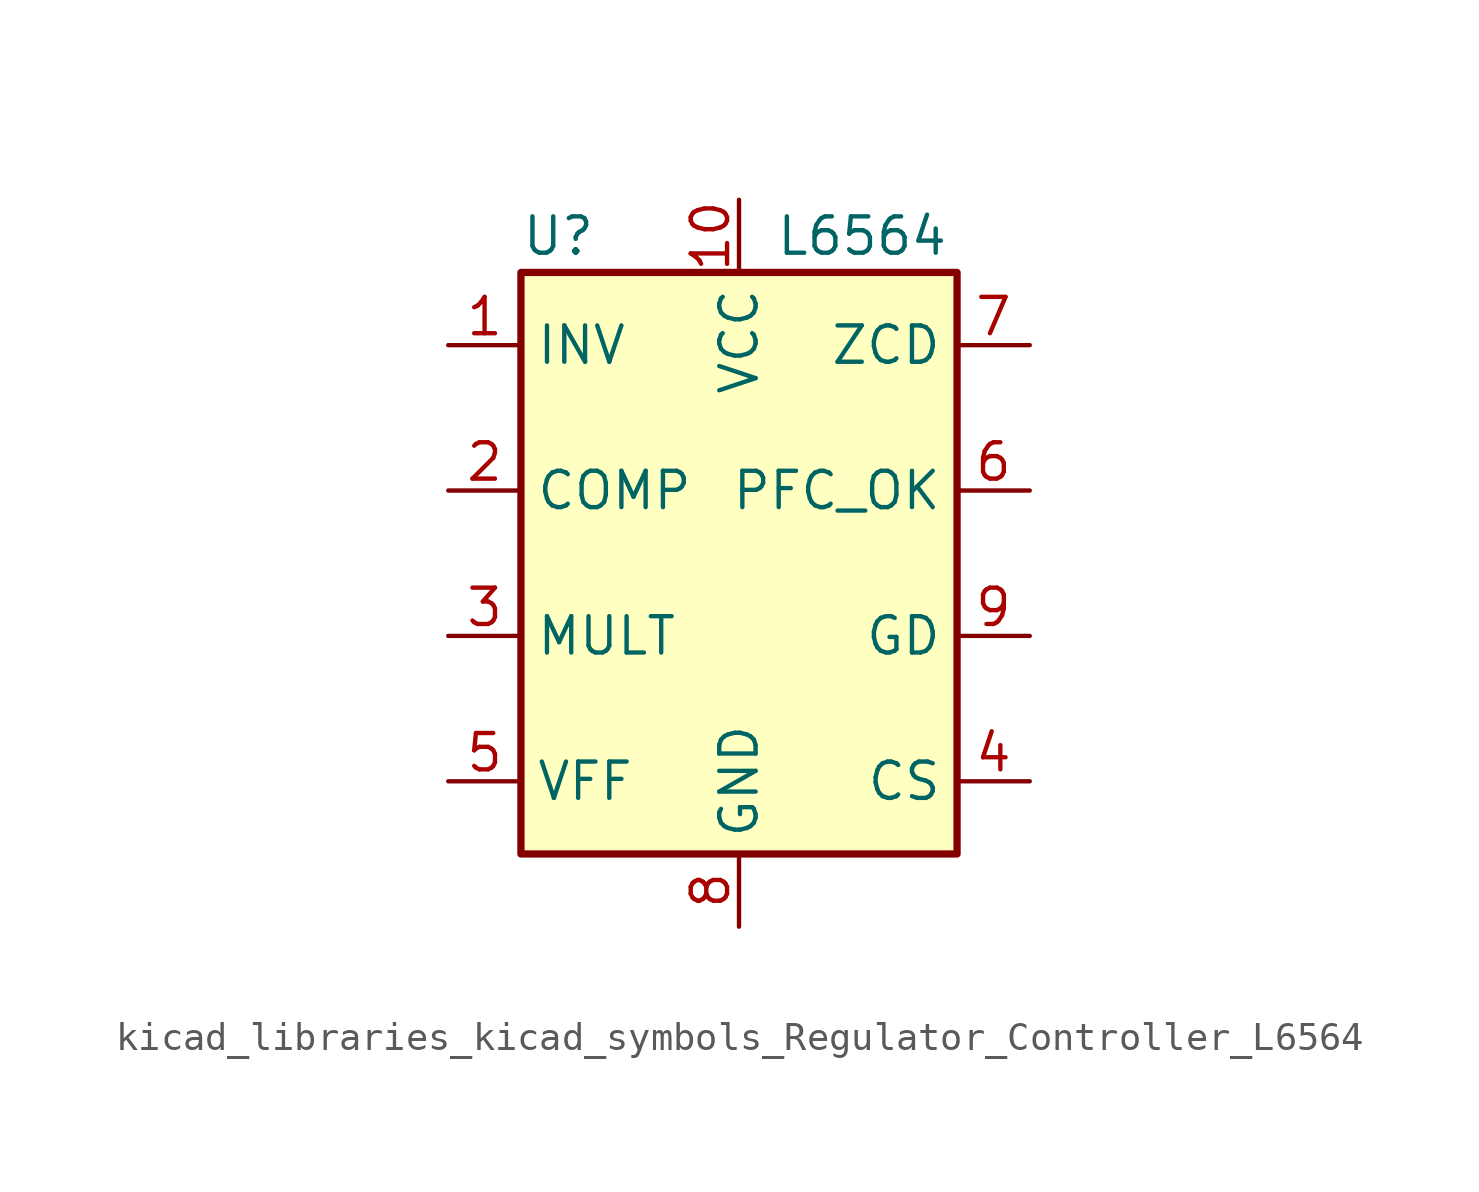
<source format=kicad_sym>
(kicad_symbol_lib
  (version 20220914)
  (generator kicad_symbol_editor)
  (symbol "kicad_libraries_kicad_symbols_Regulator_Controller_L6564"
    (property "Reference" "U"
      (at -7.62 11.43 0)
      (effects (font (size 1.27 1.27)) (justify left)))
    (property "Value" "L6564"
      (at 1.27 11.43 0)
      (effects (font (size 1.27 1.27)) (justify left)))
    (symbol "kicad_libraries_kicad_symbols_Regulator_Controller_L6564_0_0"
      (rectangle (start -7.62 10.16) (end 7.62 -10.16) (stroke (width 0.254) (type default)) (fill (type background))))
    (symbol "kicad_libraries_kicad_symbols_Regulator_Controller_L6564_1_1"
      (pin input line (at -10.16 7.62 0) (length 2.54) (name "INV" (effects (font (size 1.27 1.27)))) (number "1" (effects (font (size 1.27 1.27)))))
      (pin power_in line (at 0 12.7 270) (length 2.54) (name "VCC" (effects (font (size 1.27 1.27)))) (number "10" (effects (font (size 1.27 1.27)))))
      (pin output line (at -10.16 2.54 0) (length 2.54) (name "COMP" (effects (font (size 1.27 1.27)))) (number "2" (effects (font (size 1.27 1.27)))))
      (pin input line (at -10.16 -2.54 0) (length 2.54) (name "MULT" (effects (font (size 1.27 1.27)))) (number "3" (effects (font (size 1.27 1.27)))))
      (pin input line (at 10.16 -7.62 180) (length 2.54) (name "CS" (effects (font (size 1.27 1.27)))) (number "4" (effects (font (size 1.27 1.27)))))
      (pin passive line (at -10.16 -7.62 0) (length 2.54) (name "VFF" (effects (font (size 1.27 1.27)))) (number "5" (effects (font (size 1.27 1.27)))))
      (pin input line (at 10.16 2.54 180) (length 2.54) (name "PFC_OK" (effects (font (size 1.27 1.27)))) (number "6" (effects (font (size 1.27 1.27)))))
      (pin input line (at 10.16 7.62 180) (length 2.54) (name "ZCD" (effects (font (size 1.27 1.27)))) (number "7" (effects (font (size 1.27 1.27)))))
      (pin power_in line (at 0 -12.7 90) (length 2.54) (name "GND" (effects (font (size 1.27 1.27)))) (number "8" (effects (font (size 1.27 1.27)))))
      (pin output line (at 10.16 -2.54 180) (length 2.54) (name "GD" (effects (font (size 1.27 1.27)))) (number "9" (effects (font (size 1.27 1.27))))))))
</source>
